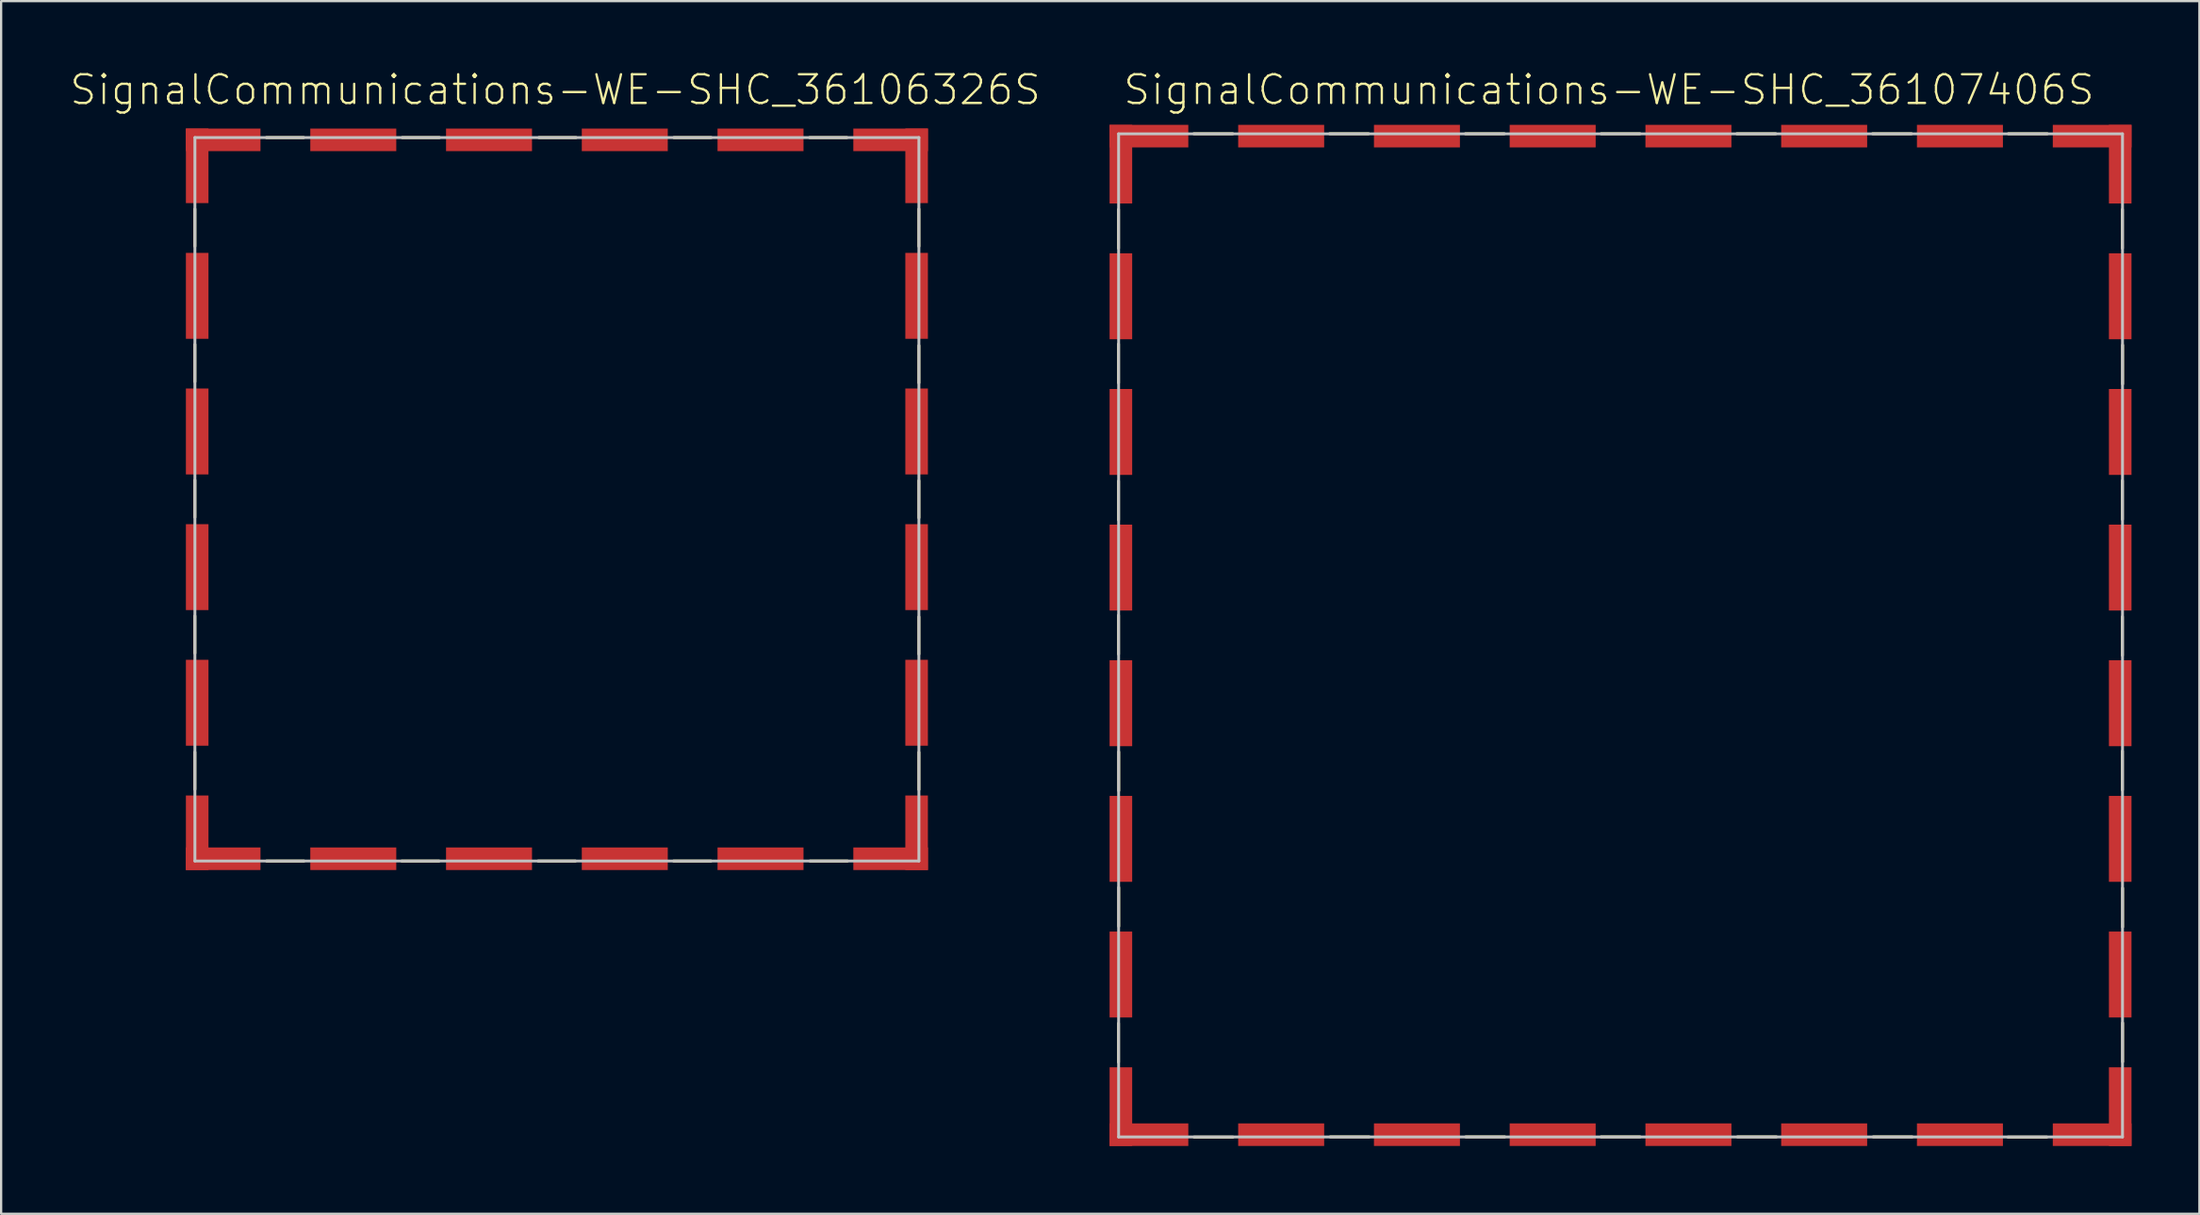
<source format=kicad_pcb>
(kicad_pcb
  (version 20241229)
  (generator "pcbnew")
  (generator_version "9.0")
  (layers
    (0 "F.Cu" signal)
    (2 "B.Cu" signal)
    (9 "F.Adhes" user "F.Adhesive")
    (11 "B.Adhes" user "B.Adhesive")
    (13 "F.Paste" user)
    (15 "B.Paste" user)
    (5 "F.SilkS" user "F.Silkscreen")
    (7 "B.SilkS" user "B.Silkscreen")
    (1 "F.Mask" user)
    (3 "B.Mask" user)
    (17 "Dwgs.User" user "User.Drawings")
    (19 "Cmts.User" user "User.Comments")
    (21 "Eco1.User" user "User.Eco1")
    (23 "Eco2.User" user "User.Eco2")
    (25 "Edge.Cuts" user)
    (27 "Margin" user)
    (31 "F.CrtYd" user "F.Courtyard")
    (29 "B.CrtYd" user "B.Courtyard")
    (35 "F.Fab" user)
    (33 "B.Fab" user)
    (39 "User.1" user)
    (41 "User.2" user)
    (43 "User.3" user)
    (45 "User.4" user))
  (footprint "SignalCommunications-WE-SHC_36107406S"
    (layer "F.Cu")
    (at 68.572 25.054)
    (property "Reference" "SignalCommunications-WE-SHC_36107406S" (at -0.513 -24.133 0) (layer "F.SilkS") (effects (font (size 1.27 1.27) (thickness 0.102))))
    (attr smd)
    (fp_line (start -22.189 -18.839) (end -22.189 -17.12) (stroke (width 0.127) (type solid)) (layer "F.SilkS"))
    (fp_line (start -22.189 -12.888) (end -22.189 -11.168) (stroke (width 0.127) (type solid)) (layer "F.SilkS"))
    (fp_line (start -22.189 -6.828) (end -22.189 -5.108) (stroke (width 0.127) (type solid)) (layer "F.SilkS"))
    (fp_line (start -22.189 -0.889) (end -22.189 0.828) (stroke (width 0.127) (type solid)) (layer "F.SilkS"))
    (fp_line (start -22.189 17.158) (end -22.189 18.88) (stroke (width 0.127) (type solid)) (layer "F.SilkS"))
    (fp_line (start -22.179 5.149) (end -22.179 6.868) (stroke (width 0.127) (type solid)) (layer "F.SilkS"))
    (fp_line (start -22.179 11.148) (end -22.179 12.868) (stroke (width 0.127) (type solid)) (layer "F.SilkS"))
    (fp_line (start -18.86 -22.189) (end -17.14 -22.189) (stroke (width 0.127) (type solid)) (layer "F.SilkS"))
    (fp_line (start -17.13 22.189) (end -18.849 22.189) (stroke (width 0.127) (type solid)) (layer "F.SilkS"))
    (fp_line (start -12.857 -22.189) (end -11.138 -22.189) (stroke (width 0.127) (type solid)) (layer "F.SilkS"))
    (fp_line (start -11.11 22.179) (end -12.83 22.179) (stroke (width 0.127) (type solid)) (layer "F.SilkS"))
    (fp_line (start -6.858 -22.189) (end -5.138 -22.189) (stroke (width 0.127) (type solid)) (layer "F.SilkS"))
    (fp_line (start -5.118 22.179) (end -6.838 22.179) (stroke (width 0.127) (type solid)) (layer "F.SilkS"))
    (fp_line (start -0.859 -22.189) (end 0.859 -22.189) (stroke (width 0.127) (type solid)) (layer "F.SilkS"))
    (fp_line (start 0.859 22.179) (end -0.859 22.179) (stroke (width 0.127) (type solid)) (layer "F.SilkS"))
    (fp_line (start 5.138 -22.189) (end 6.858 -22.189) (stroke (width 0.127) (type solid)) (layer "F.SilkS"))
    (fp_line (start 6.888 22.179) (end 5.169 22.179) (stroke (width 0.127) (type solid)) (layer "F.SilkS"))
    (fp_line (start 11.138 -22.189) (end 12.857 -22.189) (stroke (width 0.127) (type solid)) (layer "F.SilkS"))
    (fp_line (start 12.888 22.179) (end 11.168 22.179) (stroke (width 0.127) (type solid)) (layer "F.SilkS"))
    (fp_line (start 17.14 -22.189) (end 18.86 -22.189) (stroke (width 0.127) (type solid)) (layer "F.SilkS"))
    (fp_line (start 18.839 22.189) (end 17.12 22.189) (stroke (width 0.127) (type solid)) (layer "F.SilkS"))
    (fp_line (start 22.179 -17.12) (end 22.179 -18.839) (stroke (width 0.127) (type solid)) (layer "F.SilkS"))
    (fp_line (start 22.179 -5.128) (end 22.179 -6.848) (stroke (width 0.127) (type solid)) (layer "F.SilkS"))
    (fp_line (start 22.179 0.889) (end 22.179 -0.828) (stroke (width 0.127) (type solid)) (layer "F.SilkS"))
    (fp_line (start 22.179 6.838) (end 22.179 5.118) (stroke (width 0.127) (type solid)) (layer "F.SilkS"))
    (fp_line (start 22.189 -11.118) (end 22.189 -12.84) (stroke (width 0.127) (type solid)) (layer "F.SilkS"))
    (fp_line (start 22.189 12.898) (end 22.189 11.179) (stroke (width 0.127) (type solid)) (layer "F.SilkS"))
    (fp_line (start 22.189 18.86) (end 22.189 17.14) (stroke (width 0.127) (type solid)) (layer "F.SilkS"))
    (fp_line (start -22.184 -22.184) (end 22.184 -22.184) (stroke (width 0.127) (type solid)) (layer "Dwgs.User"))
    (fp_line (start -22.184 22.184) (end -22.184 -22.184) (stroke (width 0.127) (type solid)) (layer "Dwgs.User"))
    (fp_line (start 22.184 -22.184) (end 22.184 22.184) (stroke (width 0.127) (type solid)) (layer "Dwgs.User"))
    (fp_line (start 22.184 22.184) (end -22.184 22.184) (stroke (width 0.127) (type solid)) (layer "Dwgs.User"))
    (pad "1" smd rect (at -20.843 -22.083) (size 3.48 0.998) (layers "F.Cu" "F.Mask" "F.Paste"))
    (pad "2" smd rect (at -14.999 -22.083) (size 3.8 0.998) (layers "F.Cu" "F.Mask" "F.Paste"))
    (pad "3" smd rect (at -8.999 -22.083) (size 3.8 0.998) (layers "F.Cu" "F.Mask" "F.Paste"))
    (pad "4" smd rect (at -3 -22.083) (size 3.8 0.998) (layers "F.Cu" "F.Mask" "F.Paste"))
    (pad "5" smd rect (at 3 -22.083) (size 3.8 0.998) (layers "F.Cu" "F.Mask" "F.Paste"))
    (pad "6" smd rect (at 8.999 -22.083) (size 3.8 0.998) (layers "F.Cu" "F.Mask" "F.Paste"))
    (pad "7" smd rect (at 14.999 -22.083) (size 3.8 0.998) (layers "F.Cu" "F.Mask" "F.Paste"))
    (pad "8" smd rect (at 20.843 -22.083) (size 3.48 0.998) (layers "F.Cu" "F.Mask" "F.Paste"))
    (pad "9" smd rect (at 22.083 -20.843 90) (size 3.48 0.998) (layers "F.Cu" "F.Mask" "F.Paste"))
    (pad "10" smd rect (at 22.083 -14.999 90) (size 3.8 0.998) (layers "F.Cu" "F.Mask" "F.Paste"))
    (pad "11" smd rect (at 22.083 -8.999 90) (size 3.8 0.998) (layers "F.Cu" "F.Mask" "F.Paste"))
    (pad "12" smd rect (at 22.083 -3 90) (size 3.8 0.998) (layers "F.Cu" "F.Mask" "F.Paste"))
    (pad "13" smd rect (at 22.083 3 90) (size 3.8 0.998) (layers "F.Cu" "F.Mask" "F.Paste"))
    (pad "14" smd rect (at 22.083 8.999 90) (size 3.8 0.998) (layers "F.Cu" "F.Mask" "F.Paste"))
    (pad "15" smd rect (at 22.083 14.999 90) (size 3.8 0.998) (layers "F.Cu" "F.Mask" "F.Paste"))
    (pad "16" smd rect (at 22.083 20.843 90) (size 3.48 0.998) (layers "F.Cu" "F.Mask" "F.Paste"))
    (pad "17" smd rect (at 20.843 22.083 180) (size 3.48 0.998) (layers "F.Cu" "F.Mask" "F.Paste"))
    (pad "18" smd rect (at 14.999 22.083) (size 3.8 0.998) (layers "F.Cu" "F.Mask" "F.Paste"))
    (pad "19" smd rect (at 8.999 22.083) (size 3.8 0.998) (layers "F.Cu" "F.Mask" "F.Paste"))
    (pad "20" smd rect (at 3 22.083) (size 3.8 0.998) (layers "F.Cu" "F.Mask" "F.Paste"))
    (pad "21" smd rect (at -3 22.083) (size 3.8 0.998) (layers "F.Cu" "F.Mask" "F.Paste"))
    (pad "22" smd rect (at -8.999 22.083) (size 3.8 0.998) (layers "F.Cu" "F.Mask" "F.Paste"))
    (pad "23" smd rect (at -14.999 22.083) (size 3.8 0.998) (layers "F.Cu" "F.Mask" "F.Paste"))
    (pad "24" smd rect (at -20.843 22.083 180) (size 3.48 0.998) (layers "F.Cu" "F.Mask" "F.Paste"))
    (pad "25" smd rect (at -22.083 20.843 270) (size 3.48 0.998) (layers "F.Cu" "F.Mask" "F.Paste"))
    (pad "26" smd rect (at -22.083 14.999 90) (size 3.8 0.998) (layers "F.Cu" "F.Mask" "F.Paste"))
    (pad "27" smd rect (at -22.083 8.999 90) (size 3.8 0.998) (layers "F.Cu" "F.Mask" "F.Paste"))
    (pad "28" smd rect (at -22.083 3 90) (size 3.8 0.998) (layers "F.Cu" "F.Mask" "F.Paste"))
    (pad "29" smd rect (at -22.083 -3 90) (size 3.8 0.998) (layers "F.Cu" "F.Mask" "F.Paste"))
    (pad "30" smd rect (at -22.083 -8.999 90) (size 3.8 0.998) (layers "F.Cu" "F.Mask" "F.Paste"))
    (pad "31" smd rect (at -22.083 -14.999 90) (size 3.8 0.998) (layers "F.Cu" "F.Mask" "F.Paste"))
    (pad "32" smd rect (at -22.083 -20.843 270) (size 3.48 0.998) (layers "F.Cu" "F.Mask" "F.Paste")))
  (footprint "SignalCommunications-WE-SHC_36106326S"
    (layer "F.Cu")
    (at 21.563 19.034)
    (property "Reference" "SignalCommunications-WE-SHC_36106326S" (at -0.069 -18.113 0) (layer "F.SilkS") (effects (font (size 1.27 1.27) (thickness 0.102))))
    (attr smd)
    (fp_line (start -15.999 -12.84) (end -15.999 -11.189) (stroke (width 0.127) (type solid)) (layer "F.SilkS"))
    (fp_line (start -15.999 -6.848) (end -15.999 -5.199) (stroke (width 0.127) (type solid)) (layer "F.SilkS"))
    (fp_line (start -15.999 -0.848) (end -15.999 0.798) (stroke (width 0.127) (type solid)) (layer "F.SilkS"))
    (fp_line (start -15.999 5.159) (end -15.999 6.81) (stroke (width 0.127) (type solid)) (layer "F.SilkS"))
    (fp_line (start -15.999 11.179) (end -15.999 12.83) (stroke (width 0.127) (type solid)) (layer "F.SilkS"))
    (fp_line (start -12.84 -15.999) (end -11.189 -15.999) (stroke (width 0.127) (type solid)) (layer "F.SilkS"))
    (fp_line (start -11.179 15.999) (end -12.83 15.999) (stroke (width 0.127) (type solid)) (layer "F.SilkS"))
    (fp_line (start -6.838 -15.999) (end -5.189 -15.999) (stroke (width 0.127) (type solid)) (layer "F.SilkS"))
    (fp_line (start -5.21 15.999) (end -6.858 15.999) (stroke (width 0.127) (type solid)) (layer "F.SilkS"))
    (fp_line (start -0.798 -15.999) (end 0.848 -15.999) (stroke (width 0.127) (type solid)) (layer "F.SilkS"))
    (fp_line (start 0.818 15.999) (end -0.828 15.999) (stroke (width 0.127) (type solid)) (layer "F.SilkS"))
    (fp_line (start 5.169 -15.999) (end 6.82 -15.999) (stroke (width 0.127) (type solid)) (layer "F.SilkS"))
    (fp_line (start 6.81 15.999) (end 5.159 15.999) (stroke (width 0.127) (type solid)) (layer "F.SilkS"))
    (fp_line (start 11.168 -15.999) (end 12.819 -15.999) (stroke (width 0.127) (type solid)) (layer "F.SilkS"))
    (fp_line (start 12.84 15.999) (end 11.189 15.999) (stroke (width 0.127) (type solid)) (layer "F.SilkS"))
    (fp_line (start 15.999 -11.189) (end 15.999 -12.84) (stroke (width 0.127) (type solid)) (layer "F.SilkS"))
    (fp_line (start 15.999 -5.149) (end 15.999 -6.8) (stroke (width 0.127) (type solid)) (layer "F.SilkS"))
    (fp_line (start 15.999 0.818) (end 15.999 -0.828) (stroke (width 0.127) (type solid)) (layer "F.SilkS"))
    (fp_line (start 15.999 6.848) (end 15.999 5.199) (stroke (width 0.127) (type solid)) (layer "F.SilkS"))
    (fp_line (start 15.999 12.84) (end 15.999 11.189) (stroke (width 0.127) (type solid)) (layer "F.SilkS"))
    (fp_line (start -15.999 -15.999) (end 15.999 -15.999) (stroke (width 0.127) (type solid)) (layer "Dwgs.User"))
    (fp_line (start -15.999 15.999) (end -15.999 -15.999) (stroke (width 0.127) (type solid)) (layer "Dwgs.User"))
    (fp_line (start 15.999 -15.999) (end 15.999 15.999) (stroke (width 0.127) (type solid)) (layer "Dwgs.User"))
    (fp_line (start 15.999 15.999) (end -15.999 15.999) (stroke (width 0.127) (type solid)) (layer "Dwgs.User"))
    (pad "1" smd rect (at -14.75 -15.898) (size 3.299 0.998) (layers "F.Cu" "F.Mask" "F.Paste"))
    (pad "2" smd rect (at -8.999 -15.898) (size 3.8 0.998) (layers "F.Cu" "F.Mask" "F.Paste"))
    (pad "3" smd rect (at -3 -15.898) (size 3.8 0.998) (layers "F.Cu" "F.Mask" "F.Paste"))
    (pad "4" smd rect (at 8.999 -15.898) (size 3.8 0.998) (layers "F.Cu" "F.Mask" "F.Paste"))
    (pad "5" smd rect (at 15.898 -14.75 90) (size 3.299 0.998) (layers "F.Cu" "F.Mask" "F.Paste"))
    (pad "6" smd rect (at 14.75 -15.898) (size 3.299 0.998) (layers "F.Cu" "F.Mask" "F.Paste"))
    (pad "7" smd rect (at 15.898 -8.999 90) (size 3.8 0.998) (layers "F.Cu" "F.Mask" "F.Paste"))
    (pad "8" smd rect (at 15.898 -3 90) (size 3.8 0.998) (layers "F.Cu" "F.Mask" "F.Paste"))
    (pad "9" smd rect (at 15.898 8.999 90) (size 3.8 0.998) (layers "F.Cu" "F.Mask" "F.Paste"))
    (pad "10" smd rect (at 15.898 14.75 90) (size 3.299 0.998) (layers "F.Cu" "F.Mask" "F.Paste"))
    (pad "11" smd rect (at 14.75 15.898) (size 3.299 0.998) (layers "F.Cu" "F.Mask" "F.Paste"))
    (pad "12" smd rect (at 8.999 15.898) (size 3.8 0.998) (layers "F.Cu" "F.Mask" "F.Paste"))
    (pad "13" smd rect (at -3 15.898) (size 3.8 0.998) (layers "F.Cu" "F.Mask" "F.Paste"))
    (pad "14" smd rect (at -8.999 15.898) (size 3.8 0.998) (layers "F.Cu" "F.Mask" "F.Paste"))
    (pad "15" smd rect (at -14.75 15.898) (size 3.299 0.998) (layers "F.Cu" "F.Mask" "F.Paste"))
    (pad "16" smd rect (at -15.898 14.75 90) (size 3.299 0.998) (layers "F.Cu" "F.Mask" "F.Paste"))
    (pad "17" smd rect (at -15.898 8.999 90) (size 3.8 0.998) (layers "F.Cu" "F.Mask" "F.Paste"))
    (pad "18" smd rect (at -15.898 -3 90) (size 3.8 0.998) (layers "F.Cu" "F.Mask" "F.Paste"))
    (pad "19" smd rect (at -15.898 -8.999 90) (size 3.8 0.998) (layers "F.Cu" "F.Mask" "F.Paste"))
    (pad "20" smd rect (at -15.898 -14.75 90) (size 3.299 0.998) (layers "F.Cu" "F.Mask" "F.Paste"))
    (pad "21" smd rect (at 3 -15.898) (size 3.8 0.998) (layers "F.Cu" "F.Mask" "F.Paste"))
    (pad "22" smd rect (at -15.898 3 90) (size 3.8 0.998) (layers "F.Cu" "F.Mask" "F.Paste"))
    (pad "23" smd rect (at 15.898 3 90) (size 3.8 0.998) (layers "F.Cu" "F.Mask" "F.Paste"))
    (pad "24" smd rect (at 3 15.898) (size 3.8 0.998) (layers "F.Cu" "F.Mask" "F.Paste")))
  (gr_rect
    (start -3 -3)
    (end 94.155 50.637)
    (stroke (width 0.1) (type default))
    (fill no)
    (layer "Edge.Cuts")))
</source>
